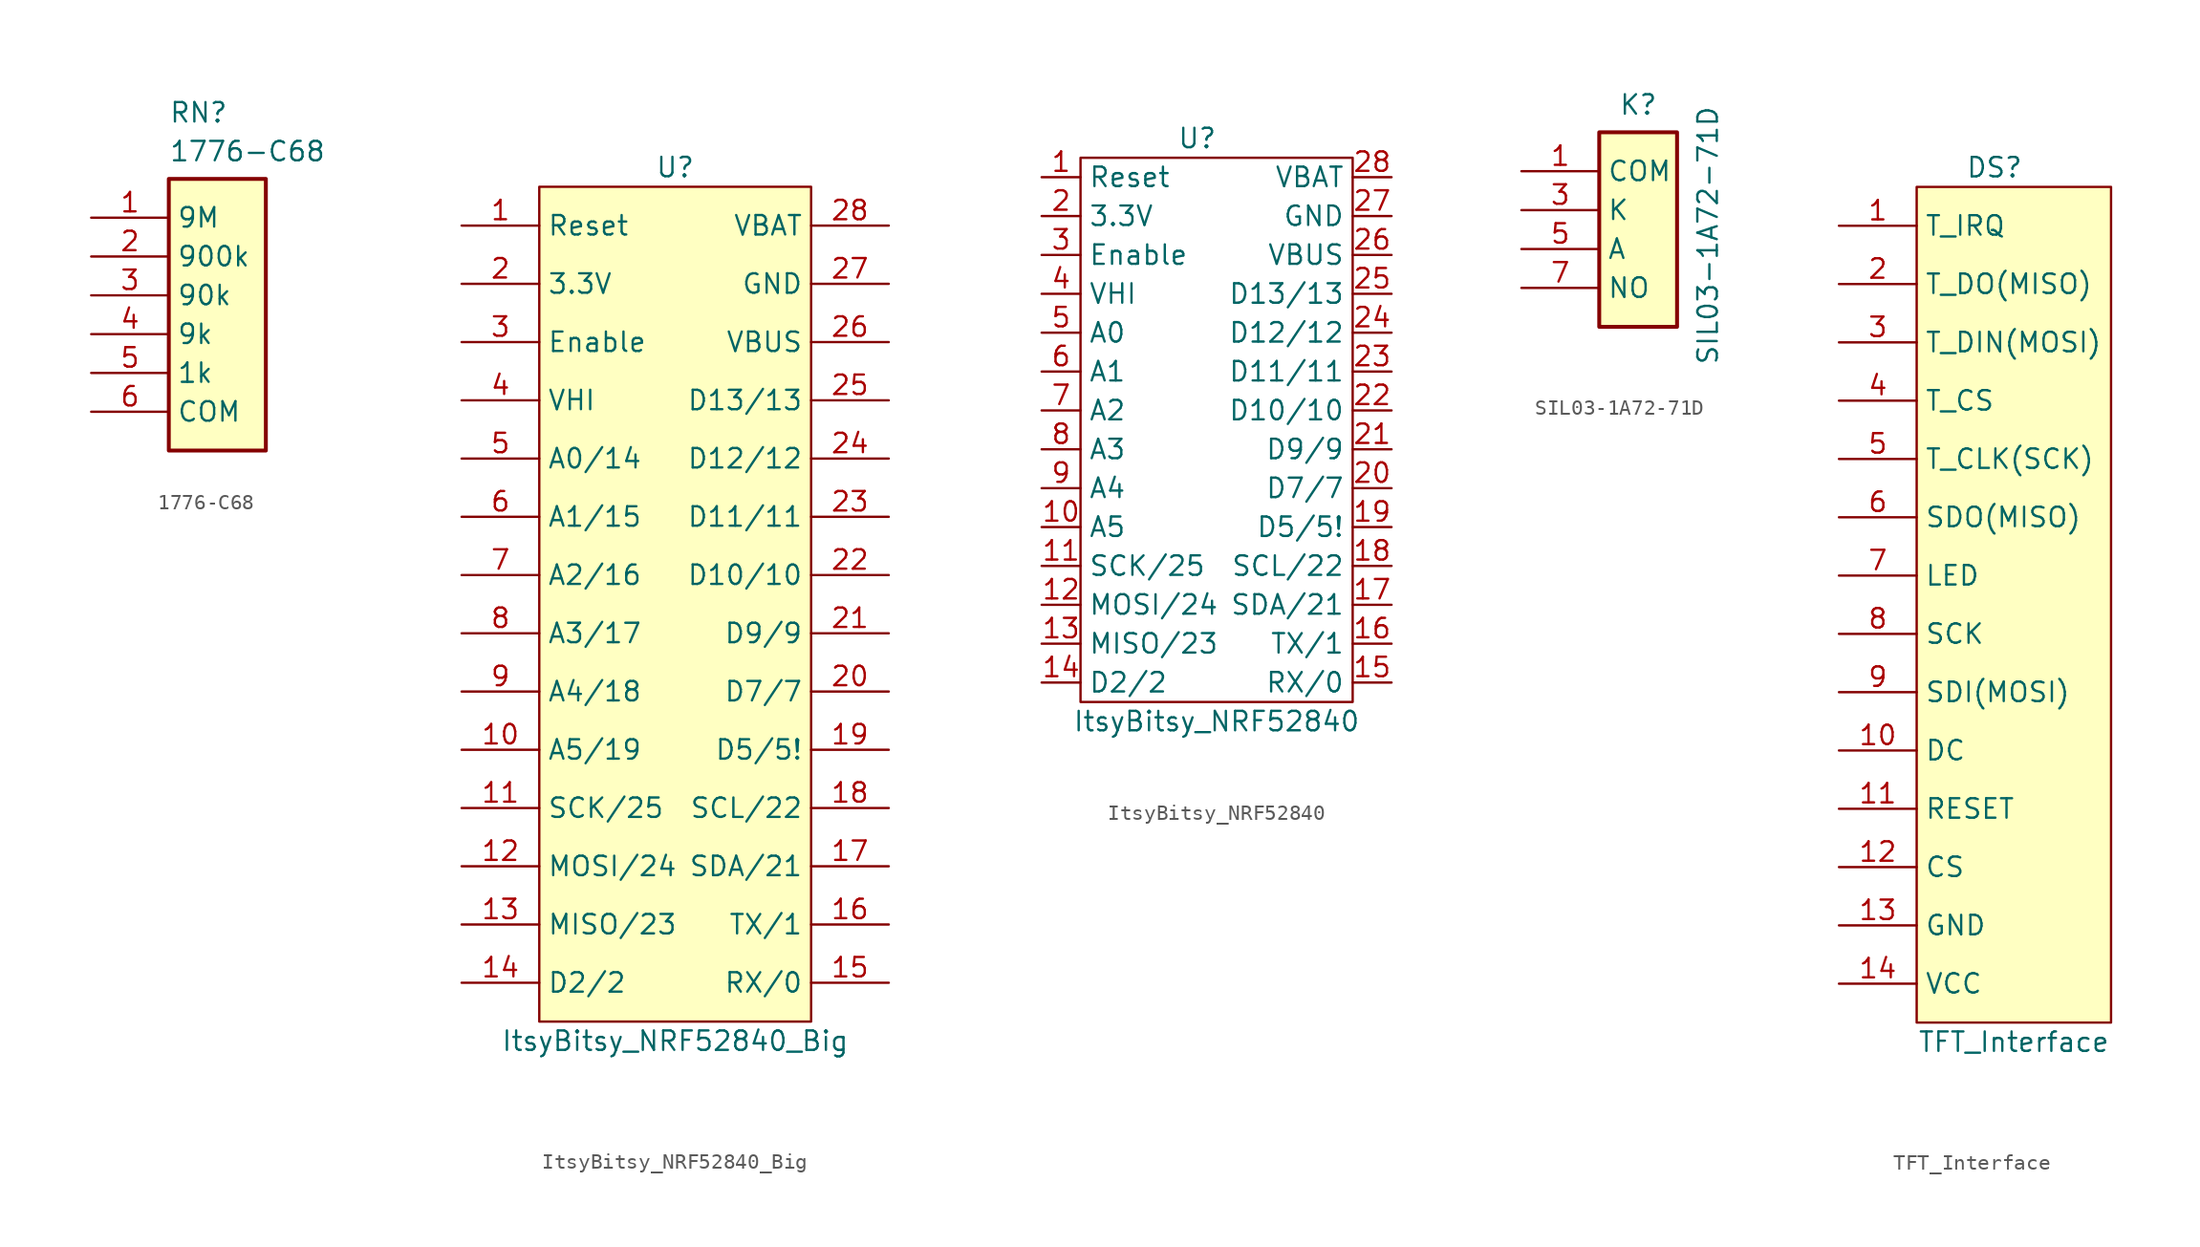
<source format=kicad_sym>
(kicad_symbol_lib
  (version 20220914)
  (generator kicad_symbol_editor)
  (symbol "1776-C68"
    (property "Reference" "RN"
      (at -2.54 13.97 0)
      (effects (font (size 1.27 1.27)) (justify left top)))
    (property "Value" "1776-C68"
      (at -2.54 11.43 0)
      (effects (font (size 1.27 1.27)) (justify left top)))
    (symbol "1776-C68_1_1"
      (rectangle (start -2.54 8.89) (end 3.81 -8.89) (stroke (width 0.254) (type default)) (fill (type background)))
      (pin passive line (at -7.62 6.35 0) (length 5.08) (name "9M" (effects (font (size 1.27 1.27)))) (number "1" (effects (font (size 1.27 1.27)))))
      (pin passive line (at -7.62 3.81 0) (length 5.08) (name "900k" (effects (font (size 1.27 1.27)))) (number "2" (effects (font (size 1.27 1.27)))))
      (pin passive line (at -7.62 1.27 0) (length 5.08) (name "90k" (effects (font (size 1.27 1.27)))) (number "3" (effects (font (size 1.27 1.27)))))
      (pin passive line (at -7.62 -1.27 0) (length 5.08) (name "9k" (effects (font (size 1.27 1.27)))) (number "4" (effects (font (size 1.27 1.27)))))
      (pin passive line (at -7.62 -3.81 0) (length 5.08) (name "1k" (effects (font (size 1.27 1.27)))) (number "5" (effects (font (size 1.27 1.27)))))
      (pin passive line (at -7.62 -6.35 0) (length 5.08) (name "COM" (effects (font (size 1.27 1.27)))) (number "6" (effects (font (size 1.27 1.27)))))))
  (symbol "ItsyBitsy_NRF52840_Big"
    (property "Reference" "U"
      (at 0 27.94 0)
      (effects (font (size 1.27 1.27))))
    (property "Value" "ItsyBitsy_NRF52840_Big"
      (at 0 -29.21 0)
      (effects (font (size 1.27 1.27))))
    (symbol "ItsyBitsy_NRF52840_Big_0_1"
      (rectangle (start -8.89 26.67) (end 8.89 -27.94) (stroke (width 0) (type default)) (fill (type background))))
    (symbol "ItsyBitsy_NRF52840_Big_1_1"
      (pin input line (at -13.97 24.13 0) (length 5.08) (name "Reset" (effects (font (size 1.27 1.27)))) (number "1" (effects (font (size 1.27 1.27)))))
      (pin input line (at -13.97 -10.16 0) (length 5.08) (name "A5/19" (effects (font (size 1.27 1.27)))) (number "10" (effects (font (size 1.27 1.27)))))
      (pin bidirectional line (at -13.97 -13.97 0) (length 5.08) (name "SCK/25" (effects (font (size 1.27 1.27)))) (number "11" (effects (font (size 1.27 1.27)))))
      (pin bidirectional line (at -13.97 -17.78 0) (length 5.08) (name "MOSI/24" (effects (font (size 1.27 1.27)))) (number "12" (effects (font (size 1.27 1.27)))))
      (pin bidirectional line (at -13.97 -21.59 0) (length 5.08) (name "MISO/23" (effects (font (size 1.27 1.27)))) (number "13" (effects (font (size 1.27 1.27)))))
      (pin bidirectional line (at -13.97 -25.4 0) (length 5.08) (name "D2/2" (effects (font (size 1.27 1.27)))) (number "14" (effects (font (size 1.27 1.27)))))
      (pin bidirectional line (at 13.97 -25.4 180) (length 5.08) (name "RX/0" (effects (font (size 1.27 1.27)))) (number "15" (effects (font (size 1.27 1.27)))))
      (pin bidirectional line (at 13.97 -21.59 180) (length 5.08) (name "TX/1" (effects (font (size 1.27 1.27)))) (number "16" (effects (font (size 1.27 1.27)))))
      (pin bidirectional line (at 13.97 -17.78 180) (length 5.08) (name "SDA/21" (effects (font (size 1.27 1.27)))) (number "17" (effects (font (size 1.27 1.27)))))
      (pin bidirectional line (at 13.97 -13.97 180) (length 5.08) (name "SCL/22" (effects (font (size 1.27 1.27)))) (number "18" (effects (font (size 1.27 1.27)))))
      (pin bidirectional line (at 13.97 -10.16 180) (length 5.08) (name "D5/5!" (effects (font (size 1.27 1.27)))) (number "19" (effects (font (size 1.27 1.27)))))
      (pin output line (at -13.97 20.32 0) (length 5.08) (name "3.3V" (effects (font (size 1.27 1.27)))) (number "2" (effects (font (size 1.27 1.27)))))
      (pin bidirectional line (at 13.97 -6.35 180) (length 5.08) (name "D7/7" (effects (font (size 1.27 1.27)))) (number "20" (effects (font (size 1.27 1.27)))))
      (pin bidirectional line (at 13.97 -2.54 180) (length 5.08) (name "D9/9" (effects (font (size 1.27 1.27)))) (number "21" (effects (font (size 1.27 1.27)))))
      (pin bidirectional line (at 13.97 1.27 180) (length 5.08) (name "D10/10" (effects (font (size 1.27 1.27)))) (number "22" (effects (font (size 1.27 1.27)))))
      (pin bidirectional line (at 13.97 5.08 180) (length 5.08) (name "D11/11" (effects (font (size 1.27 1.27)))) (number "23" (effects (font (size 1.27 1.27)))))
      (pin bidirectional line (at 13.97 8.89 180) (length 5.08) (name "D12/12" (effects (font (size 1.27 1.27)))) (number "24" (effects (font (size 1.27 1.27)))))
      (pin bidirectional line (at 13.97 12.7 180) (length 5.08) (name "D13/13" (effects (font (size 1.27 1.27)))) (number "25" (effects (font (size 1.27 1.27)))))
      (pin bidirectional line (at 13.97 16.51 180) (length 5.08) (name "VBUS" (effects (font (size 1.27 1.27)))) (number "26" (effects (font (size 1.27 1.27)))))
      (pin bidirectional line (at 13.97 20.32 180) (length 5.08) (name "GND" (effects (font (size 1.27 1.27)))) (number "27" (effects (font (size 1.27 1.27)))))
      (pin bidirectional line (at 13.97 24.13 180) (length 5.08) (name "VBAT" (effects (font (size 1.27 1.27)))) (number "28" (effects (font (size 1.27 1.27)))))
      (pin input line (at -13.97 16.51 0) (length 5.08) (name "Enable" (effects (font (size 1.27 1.27)))) (number "3" (effects (font (size 1.27 1.27)))))
      (pin bidirectional line (at -13.97 12.7 0) (length 5.08) (name "VHI" (effects (font (size 1.27 1.27)))) (number "4" (effects (font (size 1.27 1.27)))))
      (pin input line (at -13.97 8.89 0) (length 5.08) (name "A0/14" (effects (font (size 1.27 1.27)))) (number "5" (effects (font (size 1.27 1.27)))))
      (pin input line (at -13.97 5.08 0) (length 5.08) (name "A1/15" (effects (font (size 1.27 1.27)))) (number "6" (effects (font (size 1.27 1.27)))))
      (pin input line (at -13.97 1.27 0) (length 5.08) (name "A2/16" (effects (font (size 1.27 1.27)))) (number "7" (effects (font (size 1.27 1.27)))))
      (pin input line (at -13.97 -2.54 0) (length 5.08) (name "A3/17" (effects (font (size 1.27 1.27)))) (number "8" (effects (font (size 1.27 1.27)))))
      (pin input line (at -13.97 -6.35 0) (length 5.08) (name "A4/18" (effects (font (size 1.27 1.27)))) (number "9" (effects (font (size 1.27 1.27)))))))
  (symbol "ItsyBitsy_NRF52840"
    (property "Reference" "U"
      (at -1.27 19.05 0)
      (effects (font (size 1.27 1.27))))
    (property "Value" "ItsyBitsy_NRF52840"
      (at 0 -19.05 0)
      (effects (font (size 1.27 1.27))))
    (symbol "ItsyBitsy_NRF52840_0_1"
      (rectangle (start -8.89 17.78) (end 8.89 -17.78) (stroke (width 0) (type default)) (fill (type none))))
    (symbol "ItsyBitsy_NRF52840_1_1"
      (pin input line (at -11.43 16.51 0) (length 2.54) (name "Reset" (effects (font (size 1.27 1.27)))) (number "1" (effects (font (size 1.27 1.27)))))
      (pin input line (at -11.43 -6.35 0) (length 2.54) (name "A5" (effects (font (size 1.27 1.27)))) (number "10" (effects (font (size 1.27 1.27)))))
      (pin bidirectional line (at -11.43 -8.89 0) (length 2.54) (name "SCK/25" (effects (font (size 1.27 1.27)))) (number "11" (effects (font (size 1.27 1.27)))))
      (pin bidirectional line (at -11.43 -11.43 0) (length 2.54) (name "MOSI/24" (effects (font (size 1.27 1.27)))) (number "12" (effects (font (size 1.27 1.27)))))
      (pin bidirectional line (at -11.43 -13.97 0) (length 2.54) (name "MISO/23" (effects (font (size 1.27 1.27)))) (number "13" (effects (font (size 1.27 1.27)))))
      (pin bidirectional line (at -11.43 -16.51 0) (length 2.54) (name "D2/2" (effects (font (size 1.27 1.27)))) (number "14" (effects (font (size 1.27 1.27)))))
      (pin bidirectional line (at 11.43 -16.51 180) (length 2.54) (name "RX/0" (effects (font (size 1.27 1.27)))) (number "15" (effects (font (size 1.27 1.27)))))
      (pin bidirectional line (at 11.43 -13.97 180) (length 2.54) (name "TX/1" (effects (font (size 1.27 1.27)))) (number "16" (effects (font (size 1.27 1.27)))))
      (pin bidirectional line (at 11.43 -11.43 180) (length 2.54) (name "SDA/21" (effects (font (size 1.27 1.27)))) (number "17" (effects (font (size 1.27 1.27)))))
      (pin bidirectional line (at 11.43 -8.89 180) (length 2.54) (name "SCL/22" (effects (font (size 1.27 1.27)))) (number "18" (effects (font (size 1.27 1.27)))))
      (pin bidirectional line (at 11.43 -6.35 180) (length 2.54) (name "D5/5!" (effects (font (size 1.27 1.27)))) (number "19" (effects (font (size 1.27 1.27)))))
      (pin output line (at -11.43 13.97 0) (length 2.54) (name "3.3V" (effects (font (size 1.27 1.27)))) (number "2" (effects (font (size 1.27 1.27)))))
      (pin bidirectional line (at 11.43 -3.81 180) (length 2.54) (name "D7/7" (effects (font (size 1.27 1.27)))) (number "20" (effects (font (size 1.27 1.27)))))
      (pin bidirectional line (at 11.43 -1.27 180) (length 2.54) (name "D9/9" (effects (font (size 1.27 1.27)))) (number "21" (effects (font (size 1.27 1.27)))))
      (pin bidirectional line (at 11.43 1.27 180) (length 2.54) (name "D10/10" (effects (font (size 1.27 1.27)))) (number "22" (effects (font (size 1.27 1.27)))))
      (pin bidirectional line (at 11.43 3.81 180) (length 2.54) (name "D11/11" (effects (font (size 1.27 1.27)))) (number "23" (effects (font (size 1.27 1.27)))))
      (pin bidirectional line (at 11.43 6.35 180) (length 2.54) (name "D12/12" (effects (font (size 1.27 1.27)))) (number "24" (effects (font (size 1.27 1.27)))))
      (pin bidirectional line (at 11.43 8.89 180) (length 2.54) (name "D13/13" (effects (font (size 1.27 1.27)))) (number "25" (effects (font (size 1.27 1.27)))))
      (pin bidirectional line (at 11.43 11.43 180) (length 2.54) (name "VBUS" (effects (font (size 1.27 1.27)))) (number "26" (effects (font (size 1.27 1.27)))))
      (pin bidirectional line (at 11.43 13.97 180) (length 2.54) (name "GND" (effects (font (size 1.27 1.27)))) (number "27" (effects (font (size 1.27 1.27)))))
      (pin bidirectional line (at 11.43 16.51 180) (length 2.54) (name "VBAT" (effects (font (size 1.27 1.27)))) (number "28" (effects (font (size 1.27 1.27)))))
      (pin input line (at -11.43 11.43 0) (length 2.54) (name "Enable" (effects (font (size 1.27 1.27)))) (number "3" (effects (font (size 1.27 1.27)))))
      (pin bidirectional line (at -11.43 8.89 0) (length 2.54) (name "VHI" (effects (font (size 1.27 1.27)))) (number "4" (effects (font (size 1.27 1.27)))))
      (pin input line (at -11.43 6.35 0) (length 2.54) (name "A0" (effects (font (size 1.27 1.27)))) (number "5" (effects (font (size 1.27 1.27)))))
      (pin input line (at -11.43 3.81 0) (length 2.54) (name "A1" (effects (font (size 1.27 1.27)))) (number "6" (effects (font (size 1.27 1.27)))))
      (pin input line (at -11.43 1.27 0) (length 2.54) (name "A2" (effects (font (size 1.27 1.27)))) (number "7" (effects (font (size 1.27 1.27)))))
      (pin input line (at -11.43 -1.27 0) (length 2.54) (name "A3" (effects (font (size 1.27 1.27)))) (number "8" (effects (font (size 1.27 1.27)))))
      (pin input line (at -11.43 -3.81 0) (length 2.54) (name "A4" (effects (font (size 1.27 1.27)))) (number "9" (effects (font (size 1.27 1.27)))))))
  (symbol "SIL03-1A72-71D"
    (property "Reference" "K"
      (at -1.27 8.89 0)
      (effects (font (size 1.27 1.27)) (justify left top)))
    (property "Value" "SIL03-1A72-71D"
      (at 3.81 -8.89 90)
      (effects (font (size 1.27 1.27)) (justify left top)))
    (symbol "SIL03-1A72-71D_1_1"
      (rectangle (start -2.54 6.35) (end 2.54 -6.35) (stroke (width 0.254) (type default)) (fill (type background)))
      (pin passive line (at -7.62 3.81 0) (length 5.08) (name "COM" (effects (font (size 1.27 1.27)))) (number "1" (effects (font (size 1.27 1.27)))))
      (pin passive line (at -7.62 1.27 0) (length 5.08) (name "K" (effects (font (size 1.27 1.27)))) (number "3" (effects (font (size 1.27 1.27)))))
      (pin passive line (at -7.62 -1.27 0) (length 5.08) (name "A" (effects (font (size 1.27 1.27)))) (number "5" (effects (font (size 1.27 1.27)))))
      (pin passive line (at -7.62 -3.81 0) (length 5.08) (name "NO" (effects (font (size 1.27 1.27)))) (number "7" (effects (font (size 1.27 1.27)))))))
  (symbol "TFT_Interface"
    (property "Reference" "DS"
      (at -1.27 27.94 0)
      (effects (font (size 1.27 1.27))))
    (property "Value" "TFT_Interface"
      (at 0 -29.21 0)
      (effects (font (size 1.27 1.27))))
    (symbol "TFT_Interface_0_1"
      (rectangle (start -6.35 26.67) (end 6.35 -27.94) (stroke (width 0) (type default)) (fill (type background))))
    (symbol "TFT_Interface_1_1"
      (pin passive line (at -11.43 24.13 0) (length 5.08) (name "T_IRQ" (effects (font (size 1.27 1.27)))) (number "1" (effects (font (size 1.27 1.27)))))
      (pin passive line (at -11.43 -10.16 0) (length 5.08) (name "DC" (effects (font (size 1.27 1.27)))) (number "10" (effects (font (size 1.27 1.27)))))
      (pin passive line (at -11.43 -13.97 0) (length 5.08) (name "RESET" (effects (font (size 1.27 1.27)))) (number "11" (effects (font (size 1.27 1.27)))))
      (pin passive line (at -11.43 -17.78 0) (length 5.08) (name "CS" (effects (font (size 1.27 1.27)))) (number "12" (effects (font (size 1.27 1.27)))))
      (pin passive line (at -11.43 -21.59 0) (length 5.08) (name "GND" (effects (font (size 1.27 1.27)))) (number "13" (effects (font (size 1.27 1.27)))))
      (pin passive line (at -11.43 -25.4 0) (length 5.08) (name "VCC" (effects (font (size 1.27 1.27)))) (number "14" (effects (font (size 1.27 1.27)))))
      (pin passive line (at -11.43 20.32 0) (length 5.08) (name "T_DO(MISO)" (effects (font (size 1.27 1.27)))) (number "2" (effects (font (size 1.27 1.27)))))
      (pin passive line (at -11.43 16.51 0) (length 5.08) (name "T_DIN(MOSI)" (effects (font (size 1.27 1.27)))) (number "3" (effects (font (size 1.27 1.27)))))
      (pin passive line (at -11.43 12.7 0) (length 5.08) (name "T_CS" (effects (font (size 1.27 1.27)))) (number "4" (effects (font (size 1.27 1.27)))))
      (pin passive line (at -11.43 8.89 0) (length 5.08) (name "T_CLK(SCK)" (effects (font (size 1.27 1.27)))) (number "5" (effects (font (size 1.27 1.27)))))
      (pin passive line (at -11.43 5.08 0) (length 5.08) (name "SDO(MISO)" (effects (font (size 1.27 1.27)))) (number "6" (effects (font (size 1.27 1.27)))))
      (pin passive line (at -11.43 1.27 0) (length 5.08) (name "LED" (effects (font (size 1.27 1.27)))) (number "7" (effects (font (size 1.27 1.27)))))
      (pin passive line (at -11.43 -2.54 0) (length 5.08) (name "SCK" (effects (font (size 1.27 1.27)))) (number "8" (effects (font (size 1.27 1.27)))))
      (pin passive line (at -11.43 -6.35 0) (length 5.08) (name "SDI(MOSI)" (effects (font (size 1.27 1.27)))) (number "9" (effects (font (size 1.27 1.27))))))))
</source>
